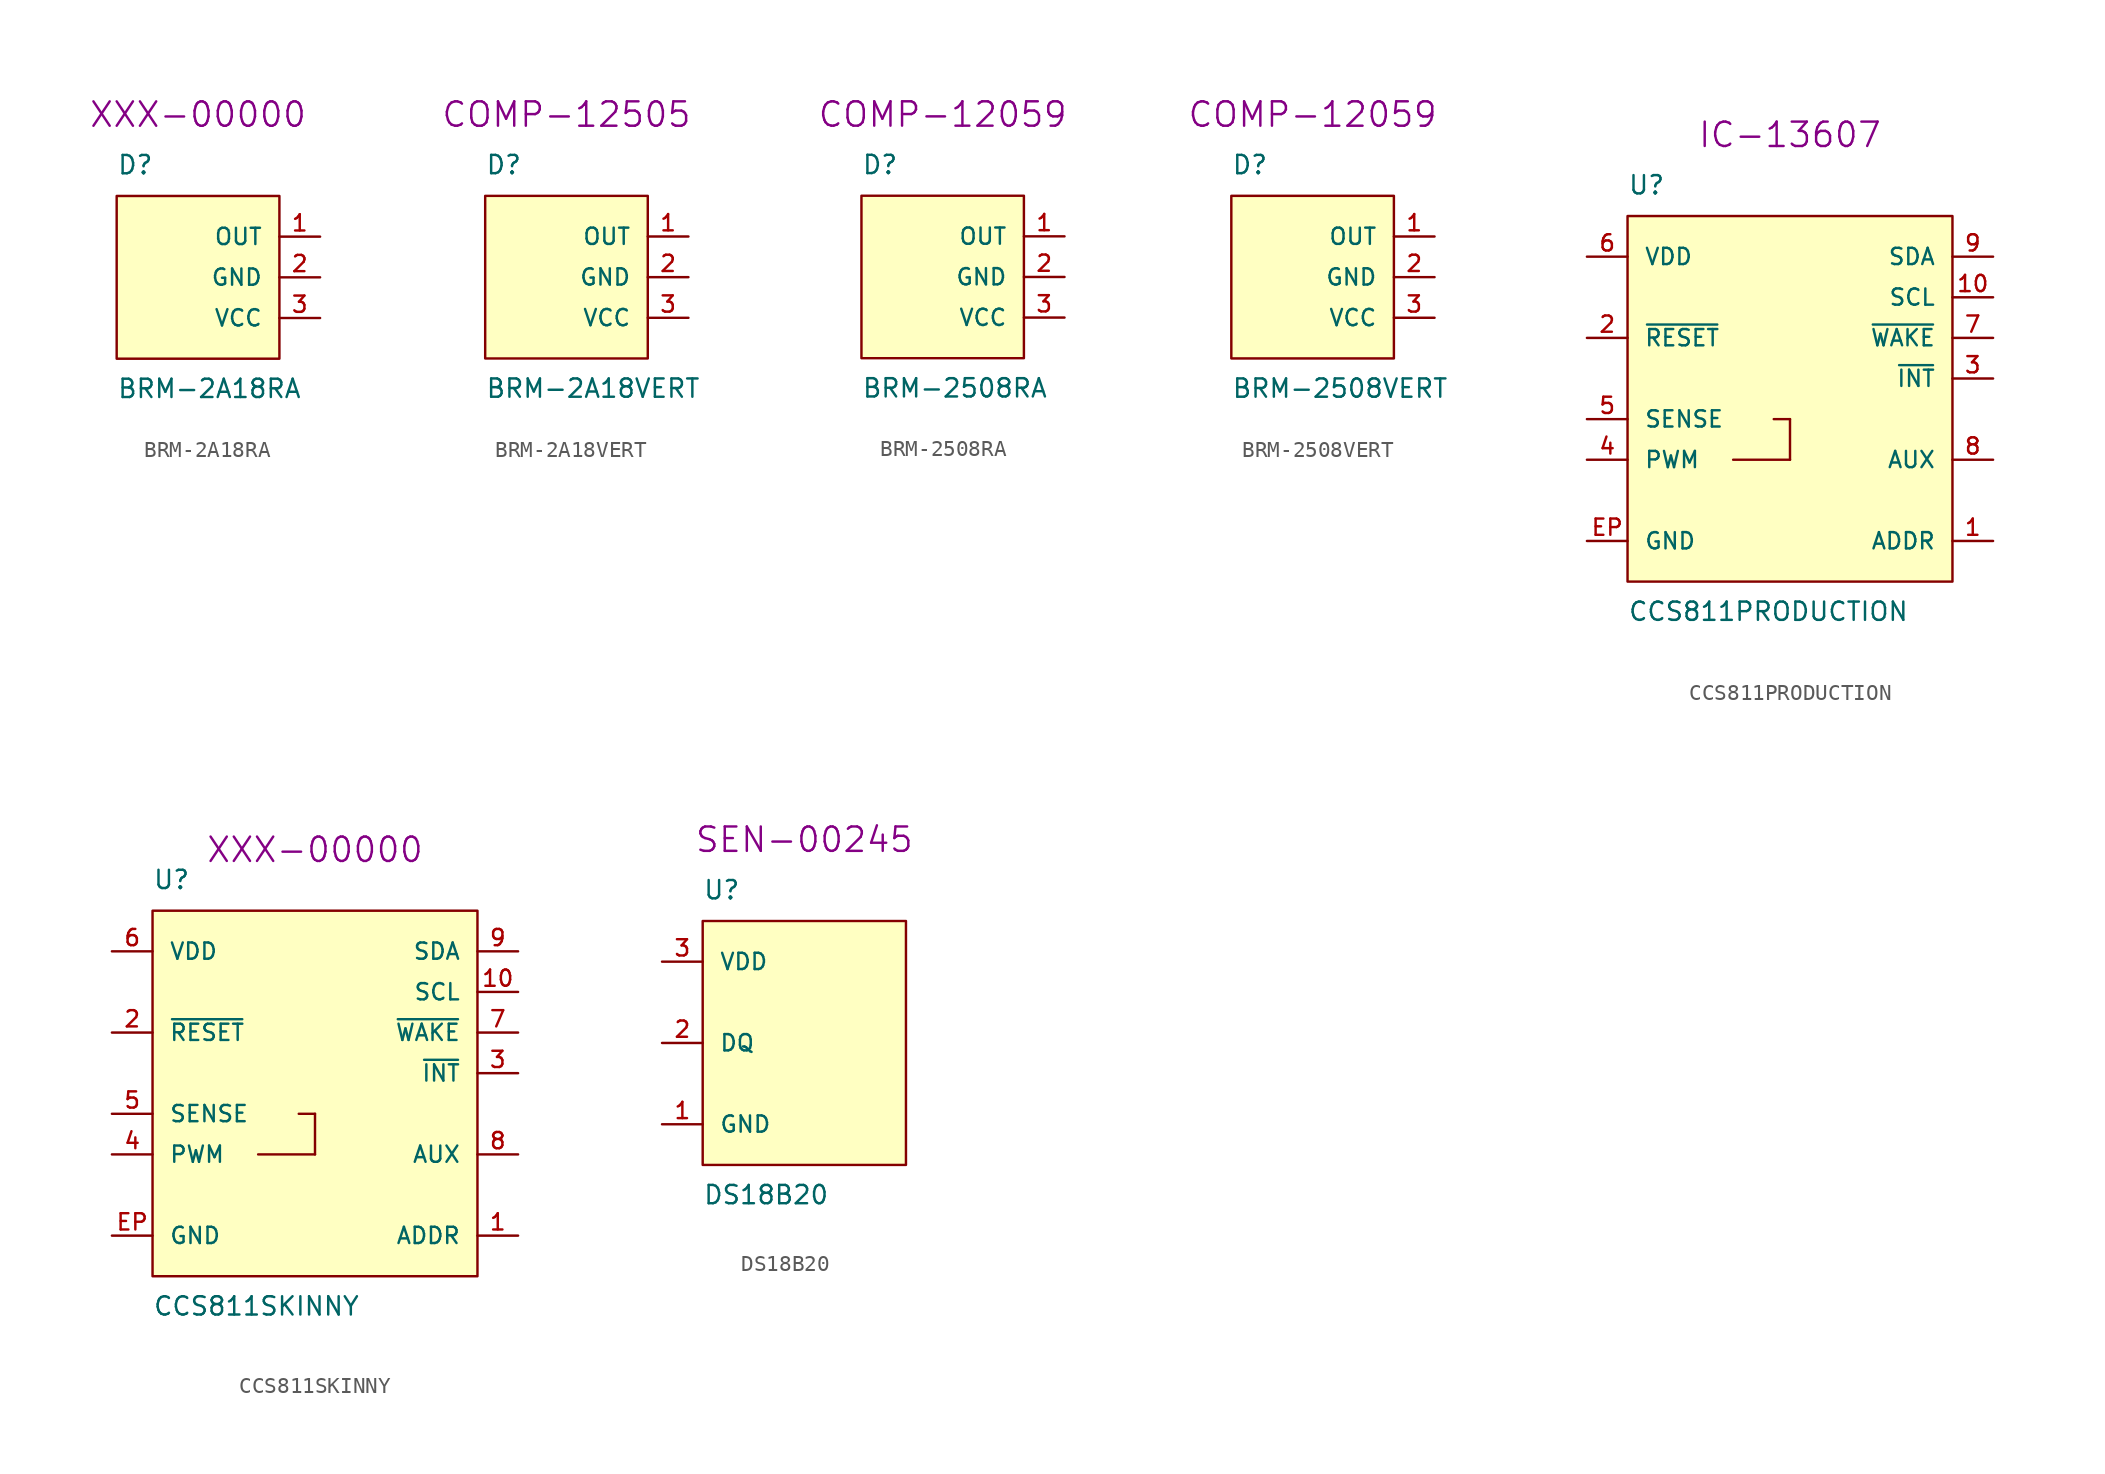
<source format=kicad_sym>
(kicad_symbol_lib
  (version 20220914)
  (generator kicad_symbol_editor)
  (symbol "BRM-2A18RA"
    (pin_names
      (offset 1.016))
    (property "Reference" "D"
      (at -5.08 6.35 0)
      (effects (font (size 1.143 1.143)) (justify left bottom)))
    (property "Value" "BRM-2A18RA"
      (at -5.08 -7.62 0)
      (effects (font (size 1.143 1.143)) (justify left bottom)))
    (property "Field4" "XXX-00000"
      (at 0 10.16 0)
      (effects (font (size 1.524 1.524))))
    (property "ki_locked" ""
      (at 0 0 0)
      (effects (font (size 1.27 1.27))))
    (symbol "BRM-2A18RA_1_1"
      (polyline (pts (xy 5.08 5.08) (xy -5.08 5.08) (xy -5.08 -5.08) (xy 5.08 -5.08) (xy 5.08 5.08)) (stroke (width 0) (type solid)) (fill (type background)))
      (pin bidirectional line (at 7.62 2.54 180) (length 2.54) (name "OUT" (effects (font (size 1.016 1.016)))) (number "1" (effects (font (size 1.016 1.016)))))
      (pin bidirectional line (at 7.62 0 180) (length 2.54) (name "GND" (effects (font (size 1.016 1.016)))) (number "2" (effects (font (size 1.016 1.016)))))
      (pin bidirectional line (at 7.62 -2.54 180) (length 2.54) (name "VCC" (effects (font (size 1.016 1.016)))) (number "3" (effects (font (size 1.016 1.016)))))))
  (symbol "BRM-2A18VERT"
    (pin_names
      (offset 1.016))
    (property "Reference" "D"
      (at -5.08 6.35 0)
      (effects (font (size 1.143 1.143)) (justify left bottom)))
    (property "Value" "BRM-2A18VERT"
      (at -5.08 -7.62 0)
      (effects (font (size 1.143 1.143)) (justify left bottom)))
    (property "Field4" "COMP-12505"
      (at 0 10.16 0)
      (effects (font (size 1.524 1.524))))
    (property "ki_locked" ""
      (at 0 0 0)
      (effects (font (size 1.27 1.27))))
    (symbol "BRM-2A18VERT_1_1"
      (polyline (pts (xy 5.08 5.08) (xy -5.08 5.08) (xy -5.08 -5.08) (xy 5.08 -5.08) (xy 5.08 5.08)) (stroke (width 0) (type solid)) (fill (type background)))
      (pin bidirectional line (at 7.62 2.54 180) (length 2.54) (name "OUT" (effects (font (size 1.016 1.016)))) (number "1" (effects (font (size 1.016 1.016)))))
      (pin bidirectional line (at 7.62 0 180) (length 2.54) (name "GND" (effects (font (size 1.016 1.016)))) (number "2" (effects (font (size 1.016 1.016)))))
      (pin bidirectional line (at 7.62 -2.54 180) (length 2.54) (name "VCC" (effects (font (size 1.016 1.016)))) (number "3" (effects (font (size 1.016 1.016)))))))
  (symbol "BRM-2508RA"
    (pin_names
      (offset 1.016))
    (property "Reference" "D"
      (at -5.08 6.35 0)
      (effects (font (size 1.143 1.143)) (justify left bottom)))
    (property "Value" "BRM-2508RA"
      (at -5.08 -7.62 0)
      (effects (font (size 1.143 1.143)) (justify left bottom)))
    (property "Field4" "COMP-12059"
      (at 0 10.16 0)
      (effects (font (size 1.524 1.524))))
    (property "ki_locked" ""
      (at 0 0 0)
      (effects (font (size 1.27 1.27))))
    (symbol "BRM-2508RA_1_1"
      (polyline (pts (xy 5.08 5.08) (xy -5.08 5.08) (xy -5.08 -5.08) (xy 5.08 -5.08) (xy 5.08 5.08)) (stroke (width 0) (type solid)) (fill (type background)))
      (pin bidirectional line (at 7.62 2.54 180) (length 2.54) (name "OUT" (effects (font (size 1.016 1.016)))) (number "1" (effects (font (size 1.016 1.016)))))
      (pin bidirectional line (at 7.62 0 180) (length 2.54) (name "GND" (effects (font (size 1.016 1.016)))) (number "2" (effects (font (size 1.016 1.016)))))
      (pin bidirectional line (at 7.62 -2.54 180) (length 2.54) (name "VCC" (effects (font (size 1.016 1.016)))) (number "3" (effects (font (size 1.016 1.016)))))))
  (symbol "BRM-2508VERT"
    (pin_names
      (offset 1.016))
    (property "Reference" "D"
      (at -5.08 6.35 0)
      (effects (font (size 1.143 1.143)) (justify left bottom)))
    (property "Value" "BRM-2508VERT"
      (at -5.08 -7.62 0)
      (effects (font (size 1.143 1.143)) (justify left bottom)))
    (property "Field4" "COMP-12059"
      (at 0 10.16 0)
      (effects (font (size 1.524 1.524))))
    (property "ki_locked" ""
      (at 0 0 0)
      (effects (font (size 1.27 1.27))))
    (symbol "BRM-2508VERT_1_1"
      (polyline (pts (xy 5.08 5.08) (xy -5.08 5.08) (xy -5.08 -5.08) (xy 5.08 -5.08) (xy 5.08 5.08)) (stroke (width 0) (type solid)) (fill (type background)))
      (pin bidirectional line (at 7.62 2.54 180) (length 2.54) (name "OUT" (effects (font (size 1.016 1.016)))) (number "1" (effects (font (size 1.016 1.016)))))
      (pin bidirectional line (at 7.62 0 180) (length 2.54) (name "GND" (effects (font (size 1.016 1.016)))) (number "2" (effects (font (size 1.016 1.016)))))
      (pin bidirectional line (at 7.62 -2.54 180) (length 2.54) (name "VCC" (effects (font (size 1.016 1.016)))) (number "3" (effects (font (size 1.016 1.016)))))))
  (symbol "CCS811PRODUCTION"
    (pin_names
      (offset 1.016))
    (property "Reference" "U"
      (at -10.16 11.43 0)
      (effects (font (size 1.143 1.143)) (justify left bottom)))
    (property "Value" "CCS811PRODUCTION"
      (at -10.16 -15.24 0)
      (effects (font (size 1.143 1.143)) (justify left bottom)))
    (property "Field4" "IC-13607"
      (at 0 15.24 0)
      (effects (font (size 1.524 1.524))))
    (property "ki_locked" ""
      (at 0 0 0)
      (effects (font (size 1.27 1.27))))
    (symbol "CCS811PRODUCTION_1_0"
      (polyline (pts (xy -3.556 -5.08) (xy 0 -5.08)) (stroke (width 0) (type solid)) (fill (type none)))
      (polyline (pts (xy 0 -5.08) (xy 0 -2.54)) (stroke (width 0) (type solid)) (fill (type none)))
      (polyline (pts (xy 0 -2.54) (xy -1.016 -2.54)) (stroke (width 0) (type solid)) (fill (type none))))
    (symbol "CCS811PRODUCTION_1_1"
      (polyline (pts (xy -10.16 10.16) (xy -10.16 -12.7) (xy 10.16 -12.7) (xy 10.16 10.16) (xy -10.16 10.16)) (stroke (width 0) (type solid)) (fill (type background)))
      (pin bidirectional line (at 12.7 -10.16 180) (length 2.54) (name "ADDR" (effects (font (size 1.016 1.016)))) (number "1" (effects (font (size 1.016 1.016)))))
      (pin bidirectional line (at 12.7 5.08 180) (length 2.54) (name "SCL" (effects (font (size 1.016 1.016)))) (number "10" (effects (font (size 1.016 1.016)))))
      (pin bidirectional line (at -12.7 2.54 0) (length 2.54) (name "~{RESET}" (effects (font (size 1.016 1.016)))) (number "2" (effects (font (size 1.016 1.016)))))
      (pin bidirectional line (at 12.7 0 180) (length 2.54) (name "~{INT}" (effects (font (size 1.016 1.016)))) (number "3" (effects (font (size 1.016 1.016)))))
      (pin bidirectional line (at -12.7 -5.08 0) (length 2.54) (name "PWM" (effects (font (size 1.016 1.016)))) (number "4" (effects (font (size 1.016 1.016)))))
      (pin bidirectional line (at -12.7 -2.54 0) (length 2.54) (name "SENSE" (effects (font (size 1.016 1.016)))) (number "5" (effects (font (size 1.016 1.016)))))
      (pin bidirectional line (at -12.7 7.62 0) (length 2.54) (name "VDD" (effects (font (size 1.016 1.016)))) (number "6" (effects (font (size 1.016 1.016)))))
      (pin bidirectional line (at 12.7 2.54 180) (length 2.54) (name "~{WAKE}" (effects (font (size 1.016 1.016)))) (number "7" (effects (font (size 1.016 1.016)))))
      (pin bidirectional line (at 12.7 -5.08 180) (length 2.54) (name "AUX" (effects (font (size 1.016 1.016)))) (number "8" (effects (font (size 1.016 1.016)))))
      (pin bidirectional line (at 12.7 7.62 180) (length 2.54) (name "SDA" (effects (font (size 1.016 1.016)))) (number "9" (effects (font (size 1.016 1.016)))))
      (pin bidirectional line (at -12.7 -10.16 0) (length 2.54) (name "GND" (effects (font (size 1.016 1.016)))) (number "EP" (effects (font (size 1.016 1.016)))))))
  (symbol "CCS811SKINNY"
    (pin_names
      (offset 1.016))
    (property "Reference" "U"
      (at -10.16 11.43 0)
      (effects (font (size 1.143 1.143)) (justify left bottom)))
    (property "Value" "CCS811SKINNY"
      (at -10.16 -15.24 0)
      (effects (font (size 1.143 1.143)) (justify left bottom)))
    (property "Field4" "XXX-00000"
      (at 0 13.97 0)
      (effects (font (size 1.524 1.524))))
    (property "ki_locked" ""
      (at 0 0 0)
      (effects (font (size 1.27 1.27))))
    (symbol "CCS811SKINNY_1_0"
      (polyline (pts (xy -3.556 -5.08) (xy 0 -5.08)) (stroke (width 0) (type solid)) (fill (type none)))
      (polyline (pts (xy 0 -5.08) (xy 0 -2.54)) (stroke (width 0) (type solid)) (fill (type none)))
      (polyline (pts (xy 0 -2.54) (xy -1.016 -2.54)) (stroke (width 0) (type solid)) (fill (type none))))
    (symbol "CCS811SKINNY_1_1"
      (polyline (pts (xy -10.16 10.16) (xy -10.16 -12.7) (xy 10.16 -12.7) (xy 10.16 10.16) (xy -10.16 10.16)) (stroke (width 0) (type solid)) (fill (type background)))
      (pin bidirectional line (at 12.7 -10.16 180) (length 2.54) (name "ADDR" (effects (font (size 1.016 1.016)))) (number "1" (effects (font (size 1.016 1.016)))))
      (pin bidirectional line (at 12.7 5.08 180) (length 2.54) (name "SCL" (effects (font (size 1.016 1.016)))) (number "10" (effects (font (size 1.016 1.016)))))
      (pin bidirectional line (at -12.7 2.54 0) (length 2.54) (name "~{RESET}" (effects (font (size 1.016 1.016)))) (number "2" (effects (font (size 1.016 1.016)))))
      (pin bidirectional line (at 12.7 0 180) (length 2.54) (name "~{INT}" (effects (font (size 1.016 1.016)))) (number "3" (effects (font (size 1.016 1.016)))))
      (pin bidirectional line (at -12.7 -5.08 0) (length 2.54) (name "PWM" (effects (font (size 1.016 1.016)))) (number "4" (effects (font (size 1.016 1.016)))))
      (pin bidirectional line (at -12.7 -2.54 0) (length 2.54) (name "SENSE" (effects (font (size 1.016 1.016)))) (number "5" (effects (font (size 1.016 1.016)))))
      (pin bidirectional line (at -12.7 7.62 0) (length 2.54) (name "VDD" (effects (font (size 1.016 1.016)))) (number "6" (effects (font (size 1.016 1.016)))))
      (pin bidirectional line (at 12.7 2.54 180) (length 2.54) (name "~{WAKE}" (effects (font (size 1.016 1.016)))) (number "7" (effects (font (size 1.016 1.016)))))
      (pin bidirectional line (at 12.7 -5.08 180) (length 2.54) (name "AUX" (effects (font (size 1.016 1.016)))) (number "8" (effects (font (size 1.016 1.016)))))
      (pin bidirectional line (at 12.7 7.62 180) (length 2.54) (name "SDA" (effects (font (size 1.016 1.016)))) (number "9" (effects (font (size 1.016 1.016)))))
      (pin bidirectional line (at -12.7 -10.16 0) (length 2.54) (name "GND" (effects (font (size 1.016 1.016)))) (number "EP" (effects (font (size 1.016 1.016)))))))
  (symbol "DS18B20"
    (pin_names
      (offset 1.016))
    (property "Reference" "U"
      (at -6.35 8.89 0)
      (effects (font (size 1.143 1.143)) (justify left bottom)))
    (property "Value" "DS18B20"
      (at -6.35 -10.16 0)
      (effects (font (size 1.143 1.143)) (justify left bottom)))
    (property "Field4" "SEN-00245"
      (at 0 12.7 0)
      (effects (font (size 1.524 1.524))))
    (property "ki_locked" ""
      (at 0 0 0)
      (effects (font (size 1.27 1.27))))
    (symbol "DS18B20_1_1"
      (polyline (pts (xy -6.35 7.62) (xy -6.35 -7.62) (xy 6.35 -7.62) (xy 6.35 7.62) (xy -6.35 7.62)) (stroke (width 0) (type solid)) (fill (type background)))
      (pin power_in line (at -8.89 -5.08 0) (length 2.54) (name "GND" (effects (font (size 1.016 1.016)))) (number "1" (effects (font (size 1.016 1.016)))))
      (pin bidirectional line (at -8.89 0 0) (length 2.54) (name "DQ" (effects (font (size 1.016 1.016)))) (number "2" (effects (font (size 1.016 1.016)))))
      (pin power_in line (at -8.89 5.08 0) (length 2.54) (name "VDD" (effects (font (size 1.016 1.016)))) (number "3" (effects (font (size 1.016 1.016))))))))
</source>
